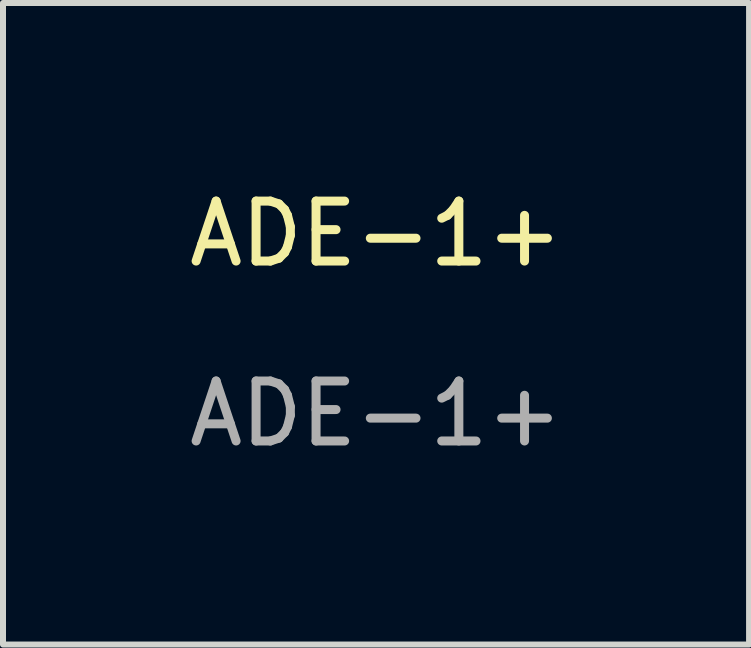
<source format=kicad_pcb>
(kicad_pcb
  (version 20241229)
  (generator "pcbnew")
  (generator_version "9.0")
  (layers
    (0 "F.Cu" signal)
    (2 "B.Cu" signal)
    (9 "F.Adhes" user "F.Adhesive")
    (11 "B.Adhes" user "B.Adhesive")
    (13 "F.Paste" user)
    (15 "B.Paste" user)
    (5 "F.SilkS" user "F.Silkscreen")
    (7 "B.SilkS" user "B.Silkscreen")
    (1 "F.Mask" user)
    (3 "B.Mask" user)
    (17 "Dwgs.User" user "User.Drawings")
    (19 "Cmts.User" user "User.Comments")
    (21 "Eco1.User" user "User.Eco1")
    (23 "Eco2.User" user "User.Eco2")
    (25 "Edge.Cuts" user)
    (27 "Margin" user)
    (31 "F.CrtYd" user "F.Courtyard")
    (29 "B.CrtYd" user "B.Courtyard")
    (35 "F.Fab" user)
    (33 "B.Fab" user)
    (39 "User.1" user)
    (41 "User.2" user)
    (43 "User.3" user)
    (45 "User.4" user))
  (footprint "ADE-1+"
    (layer "F.Cu")
    (at 3.22 1.348)
    (property "Reference" "ADE-1+" (at 0 -0.5 0) (unlocked yes) (layer "F.SilkS") (effects (font (size 1 1) (thickness 0.15))))
    (attr smd)
    (fp_text user "${REFERENCE}" (at 0 2.5 0) (unlocked yes) (layer "F.Fab") (effects (font (size 1 1) (thickness 0.15)))))
  (gr_rect
    (start -3 -3)
    (end 9.44 7.697)
    (stroke (width 0.1) (type default))
    (fill no)
    (layer "Edge.Cuts")))
</source>
